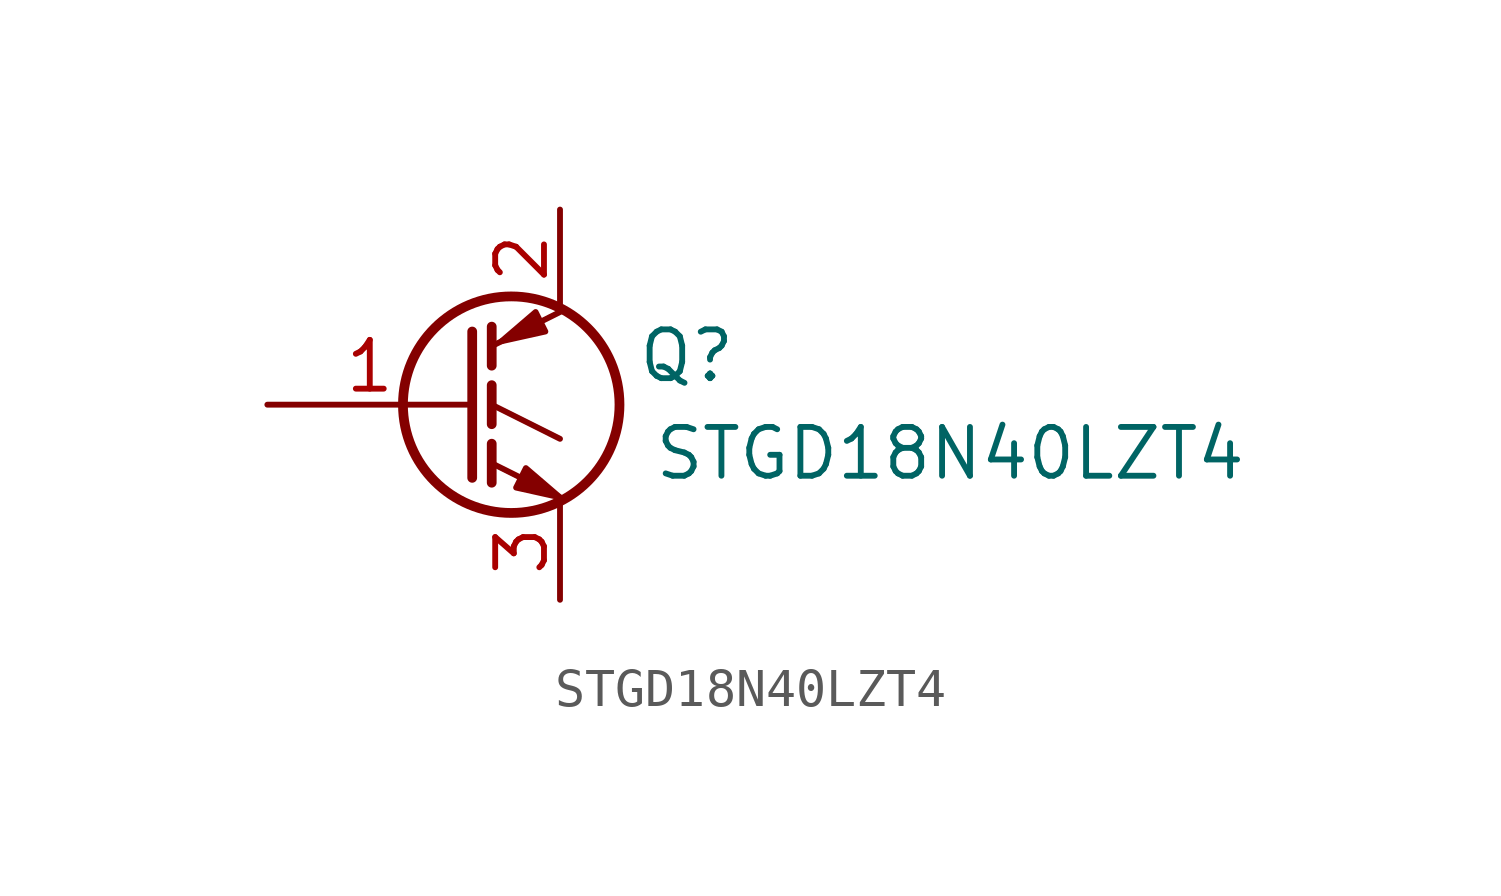
<source format=kicad_sym>
(kicad_symbol_lib
  (version 20211014)
  (generator kicad_symbol_editor)
  (symbol "STGD18N40LZT4"
    (pin_names hide)
    (property "Reference" "Q"
      (at 5.842 1.27 0)
      (effects (font (size 1.27 1.27))))
    (property "Value" "STGD18N40LZT4"
      (at 12.7 -1.27 0)
      (effects (font (size 1.27 1.27))))
    (symbol "STGD18N40LZT4_0_1"
      (polyline (pts (xy 0.762 -1.016) (xy 0.762 -2.032)) (stroke (width 0.254) (type default) (color 0 0 0 0)) (fill (type none)))
      (polyline (pts (xy 0.762 0.508) (xy 0.762 -0.508)) (stroke (width 0.254) (type default) (color 0 0 0 0)) (fill (type none)))
      (polyline (pts (xy 0.762 2.032) (xy 0.762 1.016)) (stroke (width 0.254) (type default) (color 0 0 0 0)) (fill (type none)))
      (polyline (pts (xy 2.54 -2.413) (xy 0.762 -1.524)) (stroke (width 0) (type default) (color 0 0 0 0)) (fill (type none)))
      (polyline (pts (xy 2.54 -0.889) (xy 0.762 0)) (stroke (width 0) (type default) (color 0 0 0 0)) (fill (type none)))
      (polyline (pts (xy 2.54 2.413) (xy 0.762 1.524)) (stroke (width 0) (type default) (color 0 0 0 0)) (fill (type none)))
      (polyline (pts (xy 0.254 1.905) (xy 0.254 -1.905) (xy 0.254 -1.905)) (stroke (width 0.254) (type default) (color 0 0 0 0)) (fill (type none)))
      (polyline (pts (xy 1.397 -2.159) (xy 1.651 -1.651) (xy 2.54 -2.413) (xy 1.397 -2.159)) (stroke (width 0) (type default) (color 0 0 0 0)) (fill (type outline)))
      (polyline (pts (xy 2.159 1.905) (xy 1.905 2.413) (xy 1.016 1.651) (xy 2.159 1.905)) (stroke (width 0) (type default) (color 0 0 0 0)) (fill (type outline)))
      (circle (center 1.27 0) (radius 2.819) (stroke (width 0.254) (type default) (color 0 0 0 0)) (fill (type none))))
    (symbol "STGD18N40LZT4_1_1"
      (pin input line (at -5.08 0 0) (length 5.334) (name "G" (effects (font (size 1.27 1.27)))) (number "1" (effects (font (size 1.27 1.27)))))
      (pin passive line (at 2.54 5.08 270) (length 2.54) (name "C" (effects (font (size 1.27 1.27)))) (number "2" (effects (font (size 1.27 1.27)))))
      (pin passive line (at 2.54 -5.08 90) (length 2.54) (name "E" (effects (font (size 1.27 1.27)))) (number "3" (effects (font (size 1.27 1.27))))))))
</source>
